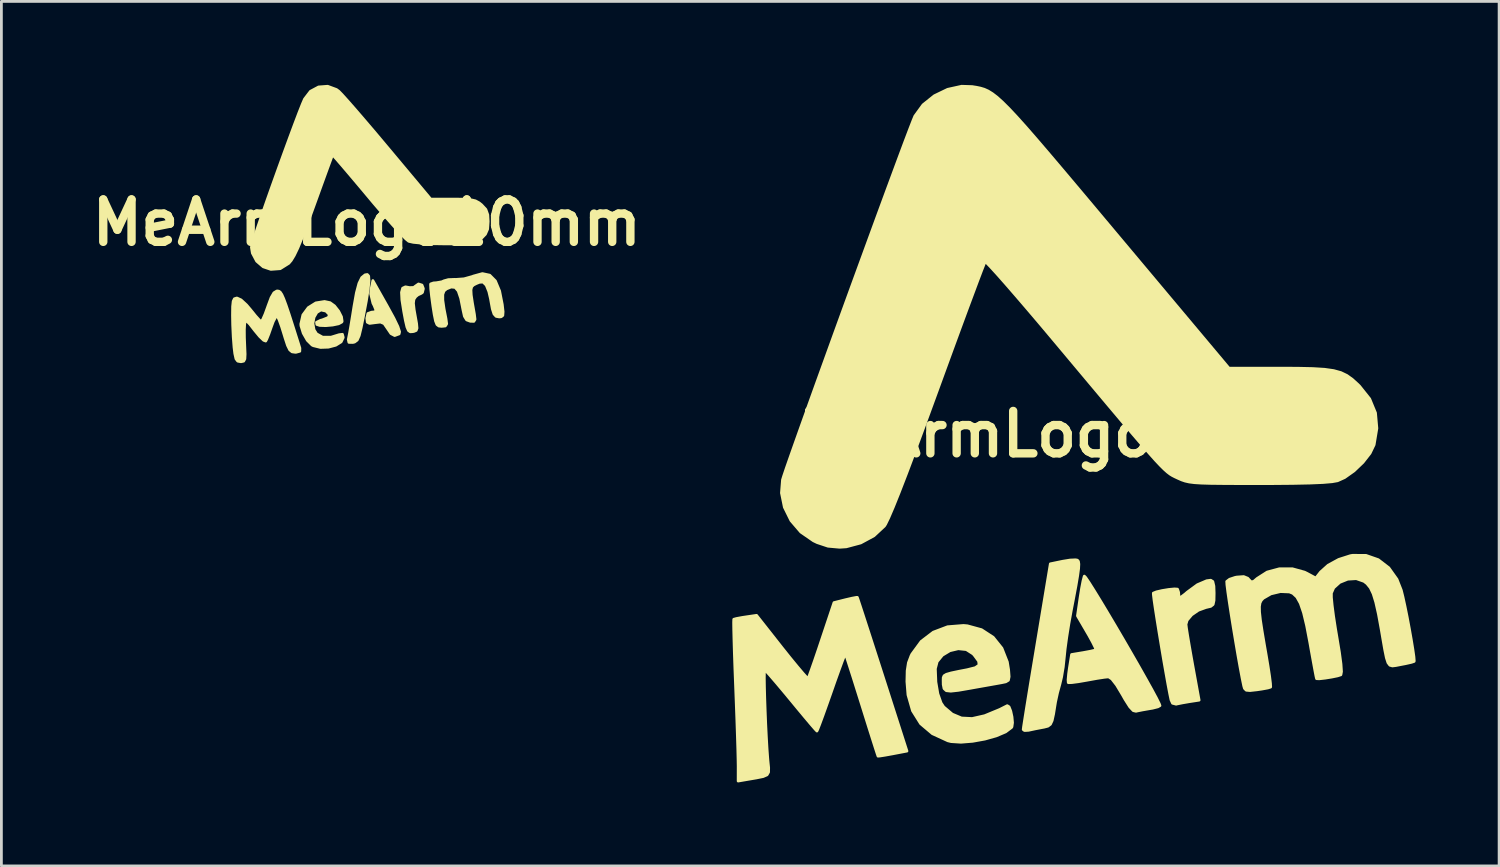
<source format=kicad_pcb>
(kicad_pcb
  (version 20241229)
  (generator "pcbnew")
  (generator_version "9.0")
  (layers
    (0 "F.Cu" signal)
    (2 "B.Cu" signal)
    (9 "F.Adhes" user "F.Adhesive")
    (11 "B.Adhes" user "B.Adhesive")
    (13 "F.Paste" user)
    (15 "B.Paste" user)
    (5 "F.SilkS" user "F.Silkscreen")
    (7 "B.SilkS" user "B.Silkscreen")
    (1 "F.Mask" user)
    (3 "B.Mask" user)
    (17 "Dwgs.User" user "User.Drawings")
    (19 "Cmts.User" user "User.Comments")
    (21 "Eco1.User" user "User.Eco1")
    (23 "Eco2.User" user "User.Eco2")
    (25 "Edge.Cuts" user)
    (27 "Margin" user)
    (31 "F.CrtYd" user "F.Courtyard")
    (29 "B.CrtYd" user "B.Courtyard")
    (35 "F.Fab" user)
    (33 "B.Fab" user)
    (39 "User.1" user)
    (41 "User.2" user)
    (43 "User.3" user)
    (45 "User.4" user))
  (footprint "MeArmLogo25mm"
    (layer "F.Cu")
    (at 35.497 12.55)
    (property "Reference" "MeArmLogo25mm" (at 0 0 0) (layer "F.SilkS") (effects (font (size 1.524 1.524) (thickness 0.3))))
    (attr through_hole)
    (fp_poly (pts (xy 0.218 4.668) (xy 0.21 4.831) (xy 0.176 5.084) (xy 0.115 5.448) (xy 0.022 5.943) (xy -0.055 6.34) (xy -0.14 6.811) (xy -0.216 7.29) (xy -0.274 7.714) (xy -0.302 7.991) (xy -0.341 8.363) (xy -0.402 8.728) (xy -0.461 8.975) (xy -0.548 9.296) (xy -0.619 9.622) (xy -0.631 9.694) (xy -0.69 10.06) (xy -0.741 10.292) (xy -0.803 10.425) (xy -0.894 10.493) (xy -1.033 10.529) (xy -1.084 10.538) (xy -1.349 10.589) (xy -1.573 10.637) (xy -1.587 10.641) (xy -1.735 10.649) (xy -1.78 10.614) (xy -1.768 10.516) (xy -1.73 10.271) (xy -1.671 9.897) (xy -1.593 9.415) (xy -1.5 8.844) (xy -1.394 8.204) (xy -1.294 7.601) (xy -0.806 4.66) (xy -0.362 4.568) (xy -0.097 4.525) (xy 0.103 4.516) (xy 0.168 4.529) (xy 0.204 4.574) (xy 0.218 4.668)) (stroke (width 0.1) (type solid)) (fill yes) (layer "F.SilkS"))
    (fp_poly (pts (xy 5.08 5.711) (xy 5.075 5.977) (xy 5.044 6.12) (xy 4.958 6.188) (xy 4.792 6.227) (xy 4.786 6.228) (xy 4.514 6.327) (xy 4.272 6.494) (xy 4.109 6.689) (xy 4.068 6.833) (xy 4.084 6.966) (xy 4.126 7.233) (xy 4.188 7.601) (xy 4.264 8.036) (xy 4.306 8.271) (xy 4.54 9.558) (xy 4.196 9.611) (xy 3.942 9.655) (xy 3.744 9.695) (xy 3.714 9.703) (xy 3.585 9.669) (xy 3.53 9.549) (xy 3.484 9.327) (xy 3.421 8.994) (xy 3.347 8.578) (xy 3.265 8.11) (xy 3.182 7.615) (xy 3.101 7.125) (xy 3.027 6.665) (xy 2.965 6.266) (xy 2.92 5.956) (xy 2.897 5.763) (xy 2.896 5.712) (xy 3.005 5.668) (xy 3.209 5.621) (xy 3.447 5.582) (xy 3.652 5.562) (xy 3.762 5.569) (xy 3.765 5.571) (xy 3.803 5.684) (xy 3.81 5.78) (xy 3.826 5.865) (xy 3.892 5.855) (xy 4.04 5.742) (xy 4.116 5.676) (xy 4.479 5.41) (xy 4.811 5.268) (xy 4.959 5.249) (xy 5.033 5.297) (xy 5.071 5.46) (xy 5.08 5.711)) (stroke (width 0.1) (type solid)) (fill yes) (layer "F.SilkS"))
    (fp_poly (pts (xy 3.133 9.755) (xy 3.058 9.798) (xy 2.869 9.846) (xy 2.773 9.862) (xy 2.514 9.907) (xy 2.31 9.948) (xy 2.273 9.958) (xy 2.174 9.934) (xy 2.048 9.799) (xy 1.879 9.534) (xy 1.78 9.359) (xy 1.573 9.015) (xy 1.404 8.797) (xy 1.286 8.721) (xy 1.285 8.721) (xy 1.136 8.736) (xy 0.874 8.776) (xy 0.552 8.834) (xy 0.509 8.842) (xy 0.202 8.895) (xy -0.033 8.926) (xy -0.154 8.93) (xy -0.161 8.927) (xy -0.168 8.83) (xy -0.149 8.618) (xy -0.12 8.405) (xy -0.042 7.919) (xy 0.379 7.849) (xy 0.626 7.803) (xy 0.793 7.764) (xy 0.831 7.748) (xy 0.806 7.667) (xy 0.712 7.476) (xy 0.567 7.213) (xy 0.515 7.124) (xy 0.169 6.531) (xy 0.265 5.869) (xy 0.317 5.542) (xy 0.368 5.275) (xy 0.41 5.116) (xy 0.416 5.102) (xy 0.466 5.153) (xy 0.586 5.331) (xy 0.765 5.615) (xy 0.991 5.983) (xy 1.251 6.416) (xy 1.534 6.893) (xy 1.826 7.391) (xy 2.116 7.892) (xy 2.392 8.373) (xy 2.641 8.814) (xy 2.852 9.194) (xy 3.012 9.492) (xy 3.109 9.688) (xy 3.133 9.755)) (stroke (width 0.1) (type solid)) (fill yes) (layer "F.SilkS"))
    (fp_poly (pts (xy -2.165 10.368) (xy -2.186 10.516) (xy -2.199 10.538) (xy -2.412 10.698) (xy -2.748 10.841) (xy -3.159 10.957) (xy -3.597 11.036) (xy -4.017 11.07) (xy -4.37 11.047) (xy -4.488 11.018) (xy -5.044 10.762) (xy -5.467 10.404) (xy -5.758 9.94) (xy -5.921 9.368) (xy -5.959 8.89) (xy -5.95 8.5) (xy -5.905 8.213) (xy -5.811 7.965) (xy -5.78 7.903) (xy -5.447 7.448) (xy -5.012 7.116) (xy -4.498 6.921) (xy -3.928 6.875) (xy -3.787 6.887) (xy -3.279 7.026) (xy -2.859 7.3) (xy -2.545 7.692) (xy -2.351 8.186) (xy -2.305 8.471) (xy -2.287 8.716) (xy -2.312 8.842) (xy -2.407 8.899) (xy -2.551 8.929) (xy -2.756 8.966) (xy -3.077 9.023) (xy -3.461 9.091) (xy -3.7 9.134) (xy -4.11 9.205) (xy -4.382 9.235) (xy -4.545 9.217) (xy -4.626 9.141) (xy -4.654 8.999) (xy -4.657 8.842) (xy -4.654 8.748) (xy -4.625 8.681) (xy -4.54 8.63) (xy -4.37 8.581) (xy -4.085 8.521) (xy -3.793 8.465) (xy -3.5 8.391) (xy -3.366 8.297) (xy -3.382 8.158) (xy -3.538 7.946) (xy -3.583 7.895) (xy -3.823 7.741) (xy -4.115 7.71) (xy -4.416 7.782) (xy -4.683 7.943) (xy -4.872 8.174) (xy -4.938 8.43) (xy -4.919 8.906) (xy -4.847 9.33) (xy -4.732 9.658) (xy -4.637 9.801) (xy -4.331 10.06) (xy -3.998 10.2) (xy -3.615 10.219) (xy -3.165 10.117) (xy -2.625 9.894) (xy -2.354 9.757) (xy -2.289 9.798) (xy -2.228 9.952) (xy -2.183 10.161) (xy -2.165 10.368)) (stroke (width 0.1) (type solid)) (fill yes) (layer "F.SilkS"))
    (fp_poly (pts (xy -5.958 11.388) (xy -6.471 11.486) (xy -6.741 11.535) (xy -6.932 11.565) (xy -6.998 11.57) (xy -7.026 11.489) (xy -7.097 11.27) (xy -7.204 10.934) (xy -7.339 10.507) (xy -7.495 10.009) (xy -7.58 9.737) (xy -7.745 9.212) (xy -7.892 8.744) (xy -8.016 8.357) (xy -8.108 8.073) (xy -8.16 7.916) (xy -8.17 7.892) (xy -8.203 7.96) (xy -8.282 8.162) (xy -8.397 8.475) (xy -8.54 8.873) (xy -8.678 9.268) (xy -8.838 9.721) (xy -8.978 10.113) (xy -9.091 10.419) (xy -9.166 10.612) (xy -9.193 10.668) (xy -9.253 10.606) (xy -9.402 10.434) (xy -9.621 10.174) (xy -9.893 9.847) (xy -10.124 9.567) (xy -10.425 9.204) (xy -10.689 8.891) (xy -10.897 8.65) (xy -11.03 8.503) (xy -11.071 8.467) (xy -11.081 8.546) (xy -11.084 8.765) (xy -11.079 9.092) (xy -11.068 9.497) (xy -11.052 9.951) (xy -11.033 10.422) (xy -11.01 10.882) (xy -10.986 11.299) (xy -10.961 11.644) (xy -10.953 11.739) (xy -10.928 11.985) (xy -10.93 12.144) (xy -10.985 12.242) (xy -11.124 12.303) (xy -11.375 12.354) (xy -11.705 12.41) (xy -12.023 12.465) (xy -12.022 11.926) (xy -12.026 11.698) (xy -12.035 11.328) (xy -12.05 10.847) (xy -12.069 10.282) (xy -12.092 9.662) (xy -12.116 9.033) (xy -12.14 8.42) (xy -12.159 7.865) (xy -12.173 7.389) (xy -12.182 7.014) (xy -12.185 6.762) (xy -12.181 6.655) (xy -12.18 6.652) (xy -12.086 6.626) (xy -11.881 6.588) (xy -11.756 6.569) (xy -11.362 6.511) (xy -10.455 7.663) (xy -10.158 8.035) (xy -9.897 8.353) (xy -9.691 8.596) (xy -9.557 8.744) (xy -9.513 8.779) (xy -9.475 8.691) (xy -9.395 8.469) (xy -9.28 8.141) (xy -9.141 7.734) (xy -9.029 7.399) (xy -8.58 6.054) (xy -8.168 5.95) (xy -7.93 5.895) (xy -7.774 5.866) (xy -7.741 5.866) (xy -7.712 5.948) (xy -7.638 6.172) (xy -7.524 6.521) (xy -7.377 6.975) (xy -7.202 7.516) (xy -7.006 8.124) (xy -6.841 8.636) (xy -5.958 11.388)) (stroke (width 0.1) (type solid)) (fill yes) (layer "F.SilkS"))
    (fp_poly (pts (xy 12.27 8.148) (xy 12.266 8.166) (xy 12.172 8.198) (xy 11.964 8.245) (xy 11.792 8.278) (xy 11.614 8.313) (xy 11.486 8.329) (xy 11.394 8.303) (xy 11.326 8.213) (xy 11.269 8.037) (xy 11.211 7.753) (xy 11.139 7.338) (xy 11.086 7.027) (xy 10.983 6.463) (xy 10.888 6.04) (xy 10.794 5.735) (xy 10.692 5.521) (xy 10.571 5.372) (xy 10.464 5.289) (xy 10.187 5.192) (xy 9.879 5.211) (xy 9.592 5.327) (xy 9.377 5.521) (xy 9.293 5.712) (xy 9.293 5.867) (xy 9.321 6.154) (xy 9.371 6.539) (xy 9.44 6.988) (xy 9.486 7.26) (xy 9.581 7.835) (xy 9.638 8.262) (xy 9.656 8.534) (xy 9.635 8.646) (xy 9.634 8.647) (xy 9.516 8.685) (xy 9.307 8.728) (xy 9.071 8.766) (xy 8.869 8.789) (xy 8.763 8.787) (xy 8.76 8.784) (xy 8.74 8.698) (xy 8.697 8.474) (xy 8.636 8.142) (xy 8.562 7.732) (xy 8.522 7.504) (xy 8.404 6.885) (xy 8.292 6.417) (xy 8.177 6.079) (xy 8.051 5.853) (xy 7.909 5.72) (xy 7.786 5.67) (xy 7.463 5.656) (xy 7.118 5.739) (xy 6.844 5.897) (xy 6.843 5.898) (xy 6.774 5.972) (xy 6.728 6.064) (xy 6.707 6.197) (xy 6.711 6.394) (xy 6.742 6.676) (xy 6.802 7.068) (xy 6.89 7.591) (xy 6.95 7.935) (xy 7.019 8.348) (xy 7.072 8.698) (xy 7.104 8.953) (xy 7.111 9.081) (xy 7.108 9.089) (xy 7.009 9.12) (xy 6.797 9.159) (xy 6.629 9.184) (xy 6.37 9.213) (xy 6.233 9.201) (xy 6.169 9.135) (xy 6.143 9.046) (xy 6.085 8.765) (xy 6.014 8.386) (xy 5.934 7.937) (xy 5.851 7.448) (xy 5.768 6.948) (xy 5.691 6.465) (xy 5.624 6.03) (xy 5.572 5.67) (xy 5.54 5.416) (xy 5.533 5.297) (xy 5.533 5.293) (xy 5.636 5.214) (xy 5.839 5.147) (xy 5.898 5.136) (xy 6.142 5.118) (xy 6.287 5.177) (xy 6.328 5.223) (xy 6.414 5.311) (xy 6.505 5.289) (xy 6.625 5.186) (xy 6.985 4.956) (xy 7.424 4.838) (xy 7.89 4.837) (xy 8.33 4.959) (xy 8.411 4.999) (xy 8.733 5.172) (xy 8.904 4.954) (xy 9.177 4.709) (xy 9.555 4.503) (xy 9.972 4.369) (xy 10.05 4.355) (xy 10.534 4.356) (xy 10.977 4.511) (xy 11.356 4.802) (xy 11.65 5.215) (xy 11.804 5.606) (xy 11.865 5.851) (xy 11.938 6.187) (xy 12.017 6.577) (xy 12.094 6.989) (xy 12.164 7.386) (xy 12.221 7.735) (xy 12.259 8.001) (xy 12.27 8.148)) (stroke (width 0.1) (type solid)) (fill yes) (layer "F.SilkS"))
    (fp_poly (pts (xy 10.927 -0.209) (xy 10.829 0.381) (xy 10.683 0.686) (xy 10.427 1.014) (xy 10.107 1.32) (xy 9.768 1.56) (xy 9.515 1.674) (xy 9.32 1.709) (xy 8.992 1.737) (xy 8.523 1.757) (xy 7.905 1.77) (xy 7.13 1.777) (xy 6.679 1.777) (xy 5.964 1.777) (xy 5.396 1.774) (xy 4.956 1.769) (xy 4.621 1.759) (xy 4.371 1.743) (xy 4.183 1.719) (xy 4.037 1.686) (xy 3.911 1.643) (xy 3.785 1.587) (xy 3.757 1.574) (xy 3.665 1.531) (xy 3.581 1.488) (xy 3.495 1.435) (xy 3.4 1.362) (xy 3.287 1.261) (xy 3.147 1.122) (xy 2.973 0.937) (xy 2.757 0.695) (xy 2.489 0.388) (xy 2.162 0.007) (xy 1.768 -0.458) (xy 1.297 -1.017) (xy 0.743 -1.677) (xy 0.096 -2.449) (xy -0.635 -3.322) (xy -1.141 -3.924) (xy -1.614 -4.481) (xy -2.044 -4.982) (xy -2.419 -5.414) (xy -2.728 -5.763) (xy -2.96 -6.017) (xy -3.103 -6.165) (xy -3.148 -6.196) (xy -3.186 -6.108) (xy -3.278 -5.875) (xy -3.416 -5.512) (xy -3.595 -5.032) (xy -3.812 -4.45) (xy -4.059 -3.78) (xy -4.332 -3.037) (xy -4.625 -2.235) (xy -4.869 -1.566) (xy -5.29 -0.416) (xy -5.658 0.577) (xy -5.973 1.413) (xy -6.237 2.095) (xy -6.45 2.625) (xy -6.613 3.005) (xy -6.726 3.237) (xy -6.768 3.302) (xy -7.144 3.652) (xy -7.619 3.909) (xy -8.138 4.048) (xy -8.376 4.064) (xy -8.794 4.026) (xy -9.184 3.896) (xy -9.319 3.831) (xy -9.772 3.518) (xy -10.126 3.105) (xy -10.363 2.626) (xy -10.467 2.114) (xy -10.43 1.643) (xy -10.387 1.503) (xy -10.292 1.22) (xy -10.148 0.808) (xy -9.962 0.282) (xy -9.74 -0.342) (xy -9.487 -1.05) (xy -9.208 -1.826) (xy -8.908 -2.655) (xy -8.594 -3.523) (xy -8.271 -4.413) (xy -7.944 -5.312) (xy -7.618 -6.204) (xy -7.3 -7.073) (xy -6.995 -7.906) (xy -6.708 -8.686) (xy -6.444 -9.399) (xy -6.21 -10.03) (xy -6.011 -10.562) (xy -5.851 -10.983) (xy -5.737 -11.276) (xy -5.675 -11.426) (xy -5.672 -11.432) (xy -5.38 -11.833) (xy -4.973 -12.159) (xy -4.497 -12.389) (xy -3.994 -12.5) (xy -3.616 -12.488) (xy -3.459 -12.463) (xy -3.317 -12.433) (xy -3.18 -12.392) (xy -3.041 -12.329) (xy -2.892 -12.237) (xy -2.722 -12.107) (xy -2.525 -11.929) (xy -2.291 -11.696) (xy -2.013 -11.399) (xy -1.681 -11.029) (xy -1.288 -10.577) (xy -0.824 -10.035) (xy -0.282 -9.395) (xy 0.348 -8.647) (xy 1.073 -7.783) (xy 1.535 -7.232) (xy 5.612 -2.371) (xy 7.389 -2.371) (xy 8.078 -2.368) (xy 8.622 -2.356) (xy 9.046 -2.33) (xy 9.375 -2.283) (xy 9.635 -2.211) (xy 9.849 -2.108) (xy 10.043 -1.969) (xy 10.242 -1.788) (xy 10.301 -1.73) (xy 10.67 -1.267) (xy 10.878 -0.763) (xy 10.927 -0.209)) (stroke (width 0.1) (type solid)) (fill yes) (layer "F.SilkS")))
  (footprint "MeArmLogo10mm"
    (layer "F.Cu")
    (at 10.131 4.951)
    (property "Reference" "MeArmLogo10mm" (at 0 0 0) (layer "F.SilkS") (effects (font (size 1.524 1.524) (thickness 0.3))))
    (attr through_hole)
    (fp_poly (pts (xy 0.078 2.087) (xy 0.05 2.384) (xy -0.018 2.818) (xy -0.128 3.399) (xy -0.203 3.768) (xy -0.273 4.057) (xy -0.345 4.218) (xy -0.44 4.289) (xy -0.504 4.304) (xy -0.644 4.301) (xy -0.666 4.201) (xy -0.653 4.135) (xy -0.621 3.972) (xy -0.571 3.686) (xy -0.511 3.32) (xy -0.461 3.006) (xy -0.374 2.519) (xy -0.284 2.181) (xy -0.184 1.974) (xy -0.064 1.876) (xy 0.016 1.863) (xy 0.066 1.917) (xy 0.078 2.087)) (stroke (width 0.1) (type solid)) (fill yes) (layer "F.SilkS"))
    (fp_poly (pts (xy 1.177 3.919) (xy 1.16 3.997) (xy 1 4.056) (xy 0.867 3.986) (xy 0.74 3.8) (xy 0.62 3.626) (xy 0.488 3.571) (xy 0.295 3.593) (xy 0.098 3.619) (xy 0.017 3.577) (xy 0.000012 3.441) (xy 0 3.433) (xy 0.038 3.265) (xy 0.169 3.217) (xy 0.298 3.204) (xy 0.327 3.139) (xy 0.264 2.981) (xy 0.219 2.892) (xy 0.139 2.558) (xy 0.158 2.371) (xy 0.217 2.081) (xy 0.739 3.007) (xy 0.973 3.435) (xy 1.117 3.735) (xy 1.177 3.919)) (stroke (width 0.1) (type solid)) (fill yes) (layer "F.SilkS"))
    (fp_poly (pts (xy 2.032 2.371) (xy 1.999 2.508) (xy 1.953 2.54) (xy 1.834 2.594) (xy 1.754 2.661) (xy 1.692 2.754) (xy 1.674 2.895) (xy 1.7 3.127) (xy 1.736 3.331) (xy 1.788 3.624) (xy 1.803 3.792) (xy 1.773 3.873) (xy 1.693 3.907) (xy 1.651 3.915) (xy 1.56 3.921) (xy 1.495 3.876) (xy 1.441 3.75) (xy 1.386 3.514) (xy 1.325 3.187) (xy 1.26 2.773) (xy 1.246 2.503) (xy 1.287 2.354) (xy 1.388 2.306) (xy 1.538 2.334) (xy 1.686 2.328) (xy 1.734 2.289) (xy 1.857 2.203) (xy 1.982 2.243) (xy 2.032 2.371)) (stroke (width 0.1) (type solid)) (fill yes) (layer "F.SilkS"))
    (fp_poly (pts (xy -0.847 4.126) (xy -0.922 4.283) (xy -1.116 4.403) (xy -1.38 4.473) (xy -1.665 4.483) (xy -1.922 4.42) (xy -1.969 4.396) (xy -2.138 4.228) (xy -2.285 3.971) (xy -2.366 3.707) (xy -2.371 3.641) (xy -2.298 3.316) (xy -2.105 3.054) (xy -1.832 2.883) (xy -1.519 2.833) (xy -1.321 2.875) (xy -1.162 2.99) (xy -1.014 3.178) (xy -0.911 3.382) (xy -0.888 3.545) (xy -0.899 3.571) (xy -1.013 3.633) (xy -1.229 3.678) (xy -1.478 3.7) (xy -1.692 3.692) (xy -1.796 3.657) (xy -1.807 3.58) (xy -1.663 3.51) (xy -1.599 3.493) (xy -1.386 3.408) (xy -1.341 3.307) (xy -1.461 3.184) (xy -1.475 3.175) (xy -1.651 3.137) (xy -1.797 3.226) (xy -1.898 3.401) (xy -1.937 3.623) (xy -1.897 3.849) (xy -1.807 3.994) (xy -1.589 4.115) (xy -1.285 4.115) (xy -0.995 4.026) (xy -0.877 4.012) (xy -0.847 4.126)) (stroke (width 0.1) (type solid)) (fill yes) (layer "F.SilkS"))
    (fp_poly (pts (xy 4.896 3.2) (xy 4.886 3.333) (xy 4.827 3.381) (xy 4.755 3.387) (xy 4.645 3.366) (xy 4.569 3.282) (xy 4.51 3.1) (xy 4.453 2.788) (xy 4.445 2.738) (xy 4.384 2.477) (xy 4.3 2.268) (xy 4.279 2.234) (xy 4.176 2.134) (xy 4.045 2.142) (xy 3.936 2.186) (xy 3.832 2.239) (xy 3.767 2.305) (xy 3.741 2.414) (xy 3.751 2.599) (xy 3.795 2.89) (xy 3.865 3.288) (xy 3.888 3.477) (xy 3.845 3.546) (xy 3.717 3.542) (xy 3.585 3.493) (xy 3.506 3.363) (xy 3.455 3.133) (xy 3.373 2.718) (xy 3.284 2.455) (xy 3.174 2.326) (xy 3.028 2.312) (xy 2.862 2.379) (xy 2.773 2.454) (xy 2.729 2.579) (xy 2.73 2.784) (xy 2.775 3.098) (xy 2.844 3.45) (xy 2.869 3.638) (xy 2.82 3.712) (xy 2.691 3.725) (xy 2.59 3.715) (xy 2.52 3.662) (xy 2.469 3.534) (xy 2.421 3.298) (xy 2.372 2.985) (xy 2.327 2.65) (xy 2.298 2.383) (xy 2.291 2.226) (xy 2.295 2.201) (xy 2.397 2.166) (xy 2.498 2.159) (xy 2.695 2.125) (xy 2.776 2.089) (xy 2.929 2.047) (xy 3.161 2.038) (xy 3.199 2.04) (xy 3.493 2.018) (xy 3.795 1.934) (xy 3.827 1.92) (xy 4.153 1.83) (xy 4.416 1.887) (xy 4.62 2.093) (xy 4.771 2.454) (xy 4.867 2.942) (xy 4.896 3.2)) (stroke (width 0.1) (type solid)) (fill yes) (layer "F.SilkS"))
    (fp_poly (pts (xy -2.406 4.508) (xy -2.409 4.62) (xy -2.54 4.656) (xy -2.573 4.657) (xy -2.687 4.641) (xy -2.772 4.57) (xy -2.85 4.411) (xy -2.942 4.13) (xy -2.968 4.043) (xy -3.063 3.737) (xy -3.15 3.496) (xy -3.21 3.365) (xy -3.216 3.358) (xy -3.275 3.391) (xy -3.36 3.55) (xy -3.43 3.739) (xy -3.521 3.999) (xy -3.598 4.19) (xy -3.634 4.254) (xy -3.709 4.225) (xy -3.852 4.088) (xy -4.026 3.878) (xy -4.205 3.648) (xy -4.309 3.54) (xy -4.362 3.539) (xy -4.388 3.629) (xy -4.39 3.643) (xy -4.401 3.834) (xy -4.399 4.126) (xy -4.387 4.422) (xy -4.374 4.726) (xy -4.383 4.898) (xy -4.425 4.975) (xy -4.509 4.995) (xy -4.536 4.995) (xy -4.639 4.976) (xy -4.702 4.892) (xy -4.744 4.705) (xy -4.772 4.475) (xy -4.8 4.106) (xy -4.82 3.672) (xy -4.826 3.332) (xy -4.822 3.01) (xy -4.802 2.823) (xy -4.759 2.735) (xy -4.681 2.71) (xy -4.663 2.709) (xy -4.518 2.776) (xy -4.322 2.957) (xy -4.176 3.129) (xy -3.999 3.348) (xy -3.86 3.502) (xy -3.796 3.552) (xy -3.743 3.48) (xy -3.658 3.288) (xy -3.559 3.016) (xy -3.556 3.006) (xy -3.44 2.694) (xy -3.339 2.52) (xy -3.237 2.457) (xy -3.213 2.455) (xy -3.16 2.463) (xy -3.11 2.499) (xy -3.055 2.582) (xy -2.989 2.729) (xy -2.903 2.96) (xy -2.791 3.292) (xy -2.646 3.745) (xy -2.459 4.337) (xy -2.406 4.508)) (stroke (width 0.1) (type solid)) (fill yes) (layer "F.SilkS"))
    (fp_poly (pts (xy 4.36 -0.042) (xy 4.341 0.232) (xy 4.261 0.415) (xy 4.123 0.558) (xy 4.015 0.642) (xy 3.9 0.699) (xy 3.745 0.735) (xy 3.516 0.753) (xy 3.179 0.761) (xy 2.793 0.762) (xy 2.35 0.755) (xy 1.963 0.735) (xy 1.67 0.706) (xy 1.508 0.67) (xy 1.507 0.67) (xy 1.398 0.58) (xy 1.201 0.379) (xy 0.932 0.086) (xy 0.61 -0.279) (xy 0.253 -0.695) (xy 0.049 -0.939) (xy -0.309 -1.366) (xy -0.629 -1.745) (xy -0.896 -2.058) (xy -1.094 -2.287) (xy -1.209 -2.414) (xy -1.232 -2.434) (xy -1.264 -2.352) (xy -1.345 -2.133) (xy -1.467 -1.8) (xy -1.621 -1.376) (xy -1.799 -0.883) (xy -1.904 -0.593) (xy -2.136 0.045) (xy -2.326 0.54) (xy -2.48 0.912) (xy -2.608 1.178) (xy -2.717 1.358) (xy -2.804 1.46) (xy -3.112 1.653) (xy -3.448 1.678) (xy -3.724 1.585) (xy -3.959 1.383) (xy -4.113 1.093) (xy -4.147 0.886) (xy -4.12 0.771) (xy -4.041 0.521) (xy -3.92 0.16) (xy -3.766 -0.291) (xy -3.586 -0.806) (xy -3.389 -1.362) (xy -3.183 -1.936) (xy -2.977 -2.505) (xy -2.779 -3.045) (xy -2.598 -3.532) (xy -2.442 -3.944) (xy -2.319 -4.256) (xy -2.239 -4.442) (xy -2.026 -4.72) (xy -1.734 -4.876) (xy -1.407 -4.901) (xy -1.091 -4.784) (xy -1.005 -4.72) (xy -0.894 -4.606) (xy -0.691 -4.381) (xy -0.412 -4.063) (xy -0.075 -3.671) (xy 0.306 -3.224) (xy 0.713 -2.739) (xy 0.756 -2.688) (xy 2.296 -0.847) (xy 3.09 -0.847) (xy 3.473 -0.843) (xy 3.729 -0.825) (xy 3.902 -0.784) (xy 4.034 -0.713) (xy 4.123 -0.642) (xy 4.277 -0.476) (xy 4.346 -0.285) (xy 4.36 -0.042)) (stroke (width 0.1) (type solid)) (fill yes) (layer "F.SilkS")))
  (gr_rect
    (start -3 -3)
    (end 50.817 28.064)
    (stroke (width 0.1) (type default))
    (fill no)
    (layer "Edge.Cuts")))
</source>
